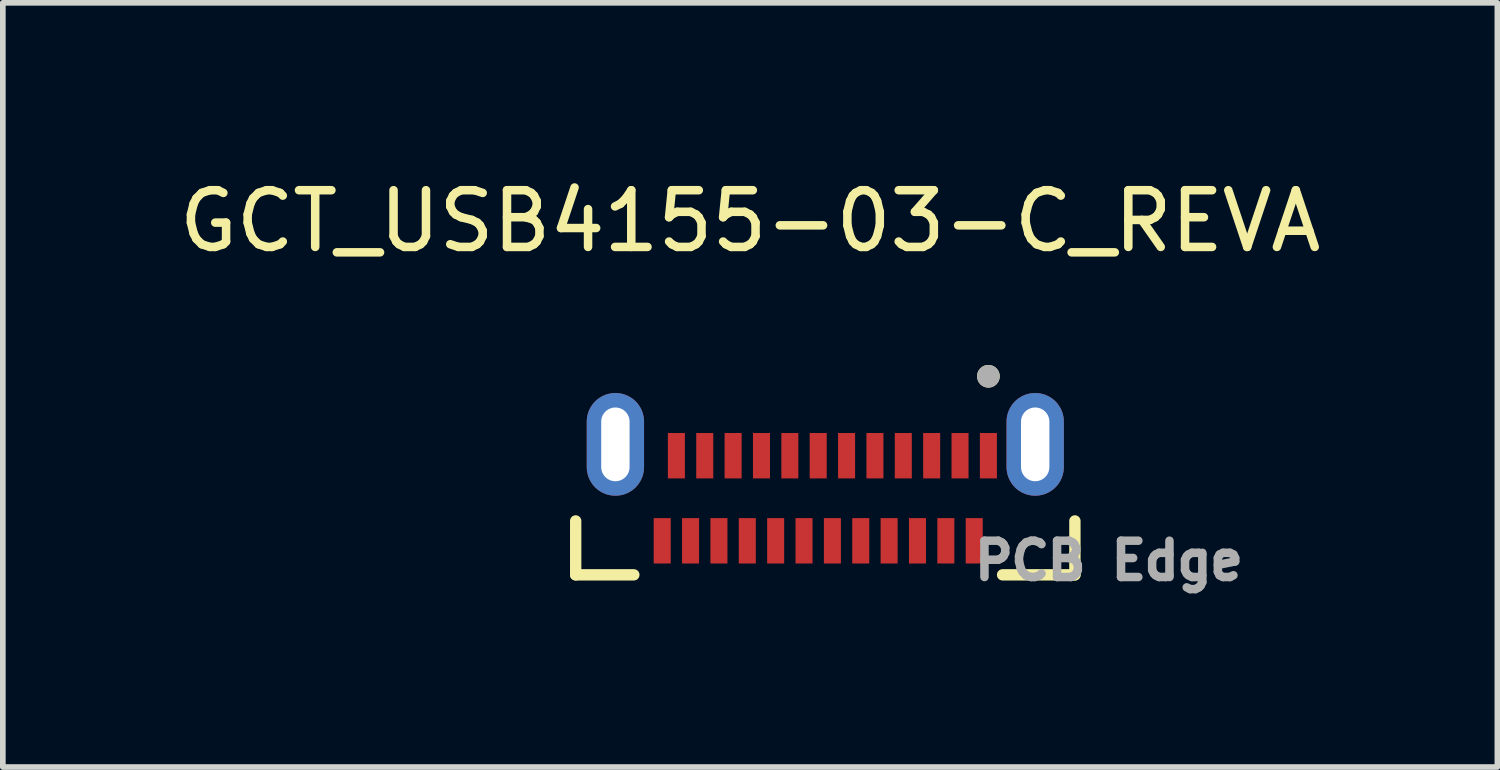
<source format=kicad_pcb>
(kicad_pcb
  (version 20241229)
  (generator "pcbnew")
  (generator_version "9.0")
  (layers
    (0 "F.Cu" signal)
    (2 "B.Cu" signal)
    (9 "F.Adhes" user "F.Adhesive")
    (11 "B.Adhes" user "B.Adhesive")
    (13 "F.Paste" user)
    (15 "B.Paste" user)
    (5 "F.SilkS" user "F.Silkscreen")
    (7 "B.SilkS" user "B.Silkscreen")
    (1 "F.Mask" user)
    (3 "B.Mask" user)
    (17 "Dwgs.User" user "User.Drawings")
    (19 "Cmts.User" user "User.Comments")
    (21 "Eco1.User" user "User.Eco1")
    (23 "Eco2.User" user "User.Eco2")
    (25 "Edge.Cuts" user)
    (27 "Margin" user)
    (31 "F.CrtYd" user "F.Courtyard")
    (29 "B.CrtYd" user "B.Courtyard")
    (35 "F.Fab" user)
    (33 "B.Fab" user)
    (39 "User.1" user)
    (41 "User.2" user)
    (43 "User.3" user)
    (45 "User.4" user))
  (footprint "GCT_USB4155-03-C_REVA"
    (layer "F.Cu")
    (at 11.498 5.733)
    (property "Reference" "GCT_USB4155-03-C_REVA" (at -1.325 -4.885 0) (layer "F.SilkS") (effects (font (size 1 1) (thickness 0.15))))
    (attr smd)
    (fp_poly (pts (xy -3.7 -1.95) (xy -3.731 -1.949) (xy -3.763 -1.947) (xy -3.794 -1.943) (xy -3.825 -1.937) (xy -3.855 -1.93) (xy -3.885 -1.921) (xy -3.915 -1.91) (xy -3.944 -1.898) (xy -3.972 -1.885) (xy -4 -1.87) (xy -4.027 -1.853) (xy -4.053 -1.835) (xy -4.078 -1.816) (xy -4.101 -1.796) (xy -4.124 -1.774) (xy -4.146 -1.751) (xy -4.166 -1.728) (xy -4.185 -1.703) (xy -4.203 -1.677) (xy -4.22 -1.65) (xy -4.235 -1.622) (xy -4.248 -1.594) (xy -4.26 -1.565) (xy -4.271 -1.535) (xy -4.28 -1.505) (xy -4.287 -1.475) (xy -4.293 -1.444) (xy -4.297 -1.413) (xy -4.299 -1.381) (xy -4.3 -1.35) (xy -4.3 -0.55) (xy -4.299 -0.519) (xy -4.297 -0.487) (xy -4.293 -0.456) (xy -4.287 -0.425) (xy -4.28 -0.395) (xy -4.271 -0.365) (xy -4.26 -0.335) (xy -4.248 -0.306) (xy -4.235 -0.278) (xy -4.22 -0.25) (xy -4.203 -0.223) (xy -4.185 -0.197) (xy -4.166 -0.172) (xy -4.146 -0.149) (xy -4.124 -0.126) (xy -4.101 -0.104) (xy -4.078 -0.084) (xy -4.053 -0.065) (xy -4.027 -0.047) (xy -4 -0.03) (xy -3.972 -0.015) (xy -3.944 -0.002) (xy -3.915 0.01) (xy -3.885 0.021) (xy -3.855 0.03) (xy -3.825 0.037) (xy -3.794 0.043) (xy -3.763 0.047) (xy -3.731 0.049) (xy -3.7 0.05) (xy -3.669 0.049) (xy -3.637 0.047) (xy -3.606 0.043) (xy -3.575 0.037) (xy -3.545 0.03) (xy -3.515 0.021) (xy -3.485 0.01) (xy -3.456 -0.002) (xy -3.428 -0.015) (xy -3.4 -0.03) (xy -3.373 -0.047) (xy -3.347 -0.065) (xy -3.322 -0.084) (xy -3.299 -0.104) (xy -3.276 -0.126) (xy -3.254 -0.149) (xy -3.234 -0.172) (xy -3.215 -0.197) (xy -3.197 -0.223) (xy -3.18 -0.25) (xy -3.165 -0.278) (xy -3.152 -0.306) (xy -3.14 -0.335) (xy -3.129 -0.365) (xy -3.12 -0.395) (xy -3.113 -0.425) (xy -3.107 -0.456) (xy -3.103 -0.487) (xy -3.101 -0.519) (xy -3.1 -0.55) (xy -3.1 -1.35) (xy -3.101 -1.381) (xy -3.103 -1.413) (xy -3.107 -1.444) (xy -3.113 -1.475) (xy -3.12 -1.505) (xy -3.129 -1.535) (xy -3.14 -1.565) (xy -3.152 -1.594) (xy -3.165 -1.622) (xy -3.18 -1.65) (xy -3.197 -1.677) (xy -3.215 -1.703) (xy -3.234 -1.728) (xy -3.254 -1.751) (xy -3.276 -1.774) (xy -3.299 -1.796) (xy -3.322 -1.816) (xy -3.347 -1.835) (xy -3.373 -1.853) (xy -3.4 -1.87) (xy -3.428 -1.885) (xy -3.456 -1.898) (xy -3.485 -1.91) (xy -3.515 -1.921) (xy -3.545 -1.93) (xy -3.575 -1.937) (xy -3.606 -1.943) (xy -3.637 -1.947) (xy -3.669 -1.949) (xy -3.7 -1.95)) (stroke (width 0.01) (type solid)) (fill yes) (layer "F.Mask"))
    (fp_poly (pts (xy 3.7 -1.95) (xy 3.669 -1.949) (xy 3.637 -1.947) (xy 3.606 -1.943) (xy 3.575 -1.937) (xy 3.545 -1.93) (xy 3.515 -1.921) (xy 3.485 -1.91) (xy 3.456 -1.898) (xy 3.428 -1.885) (xy 3.4 -1.87) (xy 3.373 -1.853) (xy 3.347 -1.835) (xy 3.322 -1.816) (xy 3.299 -1.796) (xy 3.276 -1.774) (xy 3.254 -1.751) (xy 3.234 -1.728) (xy 3.215 -1.703) (xy 3.197 -1.677) (xy 3.18 -1.65) (xy 3.165 -1.622) (xy 3.152 -1.594) (xy 3.14 -1.565) (xy 3.129 -1.535) (xy 3.12 -1.505) (xy 3.113 -1.475) (xy 3.107 -1.444) (xy 3.103 -1.413) (xy 3.101 -1.381) (xy 3.1 -1.35) (xy 3.1 -0.55) (xy 3.101 -0.519) (xy 3.103 -0.487) (xy 3.107 -0.456) (xy 3.113 -0.425) (xy 3.12 -0.395) (xy 3.129 -0.365) (xy 3.14 -0.335) (xy 3.152 -0.306) (xy 3.165 -0.278) (xy 3.18 -0.25) (xy 3.197 -0.223) (xy 3.215 -0.197) (xy 3.234 -0.172) (xy 3.254 -0.149) (xy 3.276 -0.126) (xy 3.299 -0.104) (xy 3.322 -0.084) (xy 3.347 -0.065) (xy 3.373 -0.047) (xy 3.4 -0.03) (xy 3.428 -0.015) (xy 3.456 -0.002) (xy 3.485 0.01) (xy 3.515 0.021) (xy 3.545 0.03) (xy 3.575 0.037) (xy 3.606 0.043) (xy 3.637 0.047) (xy 3.669 0.049) (xy 3.7 0.05) (xy 3.731 0.049) (xy 3.763 0.047) (xy 3.794 0.043) (xy 3.825 0.037) (xy 3.855 0.03) (xy 3.885 0.021) (xy 3.915 0.01) (xy 3.944 -0.002) (xy 3.972 -0.015) (xy 4 -0.03) (xy 4.027 -0.047) (xy 4.053 -0.065) (xy 4.078 -0.084) (xy 4.101 -0.104) (xy 4.124 -0.126) (xy 4.146 -0.149) (xy 4.166 -0.172) (xy 4.185 -0.197) (xy 4.203 -0.223) (xy 4.22 -0.25) (xy 4.235 -0.278) (xy 4.248 -0.306) (xy 4.26 -0.335) (xy 4.271 -0.365) (xy 4.28 -0.395) (xy 4.287 -0.425) (xy 4.293 -0.456) (xy 4.297 -0.487) (xy 4.299 -0.519) (xy 4.3 -0.55) (xy 4.3 -1.35) (xy 4.299 -1.381) (xy 4.297 -1.413) (xy 4.293 -1.444) (xy 4.287 -1.475) (xy 4.28 -1.505) (xy 4.271 -1.535) (xy 4.26 -1.565) (xy 4.248 -1.594) (xy 4.235 -1.622) (xy 4.22 -1.65) (xy 4.203 -1.677) (xy 4.185 -1.703) (xy 4.166 -1.728) (xy 4.146 -1.751) (xy 4.124 -1.774) (xy 4.101 -1.796) (xy 4.078 -1.816) (xy 4.053 -1.835) (xy 4.027 -1.853) (xy 4 -1.87) (xy 3.972 -1.885) (xy 3.944 -1.898) (xy 3.915 -1.91) (xy 3.885 -1.921) (xy 3.855 -1.93) (xy 3.825 -1.937) (xy 3.794 -1.943) (xy 3.763 -1.947) (xy 3.731 -1.949) (xy 3.7 -1.95)) (stroke (width 0.01) (type solid)) (fill yes) (layer "F.Mask"))
    (fp_poly (pts (xy -3.7 -1.95) (xy -3.731 -1.949) (xy -3.763 -1.947) (xy -3.794 -1.943) (xy -3.825 -1.937) (xy -3.855 -1.93) (xy -3.885 -1.921) (xy -3.915 -1.91) (xy -3.944 -1.898) (xy -3.972 -1.885) (xy -4 -1.87) (xy -4.027 -1.853) (xy -4.053 -1.835) (xy -4.078 -1.816) (xy -4.101 -1.796) (xy -4.124 -1.774) (xy -4.146 -1.751) (xy -4.166 -1.728) (xy -4.185 -1.703) (xy -4.203 -1.677) (xy -4.22 -1.65) (xy -4.235 -1.622) (xy -4.248 -1.594) (xy -4.26 -1.565) (xy -4.271 -1.535) (xy -4.28 -1.505) (xy -4.287 -1.475) (xy -4.293 -1.444) (xy -4.297 -1.413) (xy -4.299 -1.381) (xy -4.3 -1.35) (xy -4.3 -0.55) (xy -4.299 -0.519) (xy -4.297 -0.487) (xy -4.293 -0.456) (xy -4.287 -0.425) (xy -4.28 -0.395) (xy -4.271 -0.365) (xy -4.26 -0.335) (xy -4.248 -0.306) (xy -4.235 -0.278) (xy -4.22 -0.25) (xy -4.203 -0.223) (xy -4.185 -0.197) (xy -4.166 -0.172) (xy -4.146 -0.149) (xy -4.124 -0.126) (xy -4.101 -0.104) (xy -4.078 -0.084) (xy -4.053 -0.065) (xy -4.027 -0.047) (xy -4 -0.03) (xy -3.972 -0.015) (xy -3.944 -0.002) (xy -3.915 0.01) (xy -3.885 0.021) (xy -3.855 0.03) (xy -3.825 0.037) (xy -3.794 0.043) (xy -3.763 0.047) (xy -3.731 0.049) (xy -3.7 0.05) (xy -3.669 0.049) (xy -3.637 0.047) (xy -3.606 0.043) (xy -3.575 0.037) (xy -3.545 0.03) (xy -3.515 0.021) (xy -3.485 0.01) (xy -3.456 -0.002) (xy -3.428 -0.015) (xy -3.4 -0.03) (xy -3.373 -0.047) (xy -3.347 -0.065) (xy -3.322 -0.084) (xy -3.299 -0.104) (xy -3.276 -0.126) (xy -3.254 -0.149) (xy -3.234 -0.172) (xy -3.215 -0.197) (xy -3.197 -0.223) (xy -3.18 -0.25) (xy -3.165 -0.278) (xy -3.152 -0.306) (xy -3.14 -0.335) (xy -3.129 -0.365) (xy -3.12 -0.395) (xy -3.113 -0.425) (xy -3.107 -0.456) (xy -3.103 -0.487) (xy -3.101 -0.519) (xy -3.1 -0.55) (xy -3.1 -1.35) (xy -3.101 -1.381) (xy -3.103 -1.413) (xy -3.107 -1.444) (xy -3.113 -1.475) (xy -3.12 -1.505) (xy -3.129 -1.535) (xy -3.14 -1.565) (xy -3.152 -1.594) (xy -3.165 -1.622) (xy -3.18 -1.65) (xy -3.197 -1.677) (xy -3.215 -1.703) (xy -3.234 -1.728) (xy -3.254 -1.751) (xy -3.276 -1.774) (xy -3.299 -1.796) (xy -3.322 -1.816) (xy -3.347 -1.835) (xy -3.373 -1.853) (xy -3.4 -1.87) (xy -3.428 -1.885) (xy -3.456 -1.898) (xy -3.485 -1.91) (xy -3.515 -1.921) (xy -3.545 -1.93) (xy -3.575 -1.937) (xy -3.606 -1.943) (xy -3.637 -1.947) (xy -3.669 -1.949) (xy -3.7 -1.95)) (stroke (width 0.01) (type solid)) (fill yes) (layer "B.Mask"))
    (fp_poly (pts (xy 3.7 -1.95) (xy 3.669 -1.949) (xy 3.637 -1.947) (xy 3.606 -1.943) (xy 3.575 -1.937) (xy 3.545 -1.93) (xy 3.515 -1.921) (xy 3.485 -1.91) (xy 3.456 -1.898) (xy 3.428 -1.885) (xy 3.4 -1.87) (xy 3.373 -1.853) (xy 3.347 -1.835) (xy 3.322 -1.816) (xy 3.299 -1.796) (xy 3.276 -1.774) (xy 3.254 -1.751) (xy 3.234 -1.728) (xy 3.215 -1.703) (xy 3.197 -1.677) (xy 3.18 -1.65) (xy 3.165 -1.622) (xy 3.152 -1.594) (xy 3.14 -1.565) (xy 3.129 -1.535) (xy 3.12 -1.505) (xy 3.113 -1.475) (xy 3.107 -1.444) (xy 3.103 -1.413) (xy 3.101 -1.381) (xy 3.1 -1.35) (xy 3.1 -0.55) (xy 3.101 -0.519) (xy 3.103 -0.487) (xy 3.107 -0.456) (xy 3.113 -0.425) (xy 3.12 -0.395) (xy 3.129 -0.365) (xy 3.14 -0.335) (xy 3.152 -0.306) (xy 3.165 -0.278) (xy 3.18 -0.25) (xy 3.197 -0.223) (xy 3.215 -0.197) (xy 3.234 -0.172) (xy 3.254 -0.149) (xy 3.276 -0.126) (xy 3.299 -0.104) (xy 3.322 -0.084) (xy 3.347 -0.065) (xy 3.373 -0.047) (xy 3.4 -0.03) (xy 3.428 -0.015) (xy 3.456 -0.002) (xy 3.485 0.01) (xy 3.515 0.021) (xy 3.545 0.03) (xy 3.575 0.037) (xy 3.606 0.043) (xy 3.637 0.047) (xy 3.669 0.049) (xy 3.7 0.05) (xy 3.731 0.049) (xy 3.763 0.047) (xy 3.794 0.043) (xy 3.825 0.037) (xy 3.855 0.03) (xy 3.885 0.021) (xy 3.915 0.01) (xy 3.944 -0.002) (xy 3.972 -0.015) (xy 4 -0.03) (xy 4.027 -0.047) (xy 4.053 -0.065) (xy 4.078 -0.084) (xy 4.101 -0.104) (xy 4.124 -0.126) (xy 4.146 -0.149) (xy 4.166 -0.172) (xy 4.185 -0.197) (xy 4.203 -0.223) (xy 4.22 -0.25) (xy 4.235 -0.278) (xy 4.248 -0.306) (xy 4.26 -0.335) (xy 4.271 -0.365) (xy 4.28 -0.395) (xy 4.287 -0.425) (xy 4.293 -0.456) (xy 4.297 -0.487) (xy 4.299 -0.519) (xy 4.3 -0.55) (xy 4.3 -1.35) (xy 4.299 -1.381) (xy 4.297 -1.413) (xy 4.293 -1.444) (xy 4.287 -1.475) (xy 4.28 -1.505) (xy 4.271 -1.535) (xy 4.26 -1.565) (xy 4.248 -1.594) (xy 4.235 -1.622) (xy 4.22 -1.65) (xy 4.203 -1.677) (xy 4.185 -1.703) (xy 4.166 -1.728) (xy 4.146 -1.751) (xy 4.124 -1.774) (xy 4.101 -1.796) (xy 4.078 -1.816) (xy 4.053 -1.835) (xy 4.027 -1.853) (xy 4 -1.87) (xy 3.972 -1.885) (xy 3.944 -1.898) (xy 3.915 -1.91) (xy 3.885 -1.921) (xy 3.855 -1.93) (xy 3.825 -1.937) (xy 3.794 -1.943) (xy 3.763 -1.947) (xy 3.731 -1.949) (xy 3.7 -1.95)) (stroke (width 0.01) (type solid)) (fill yes) (layer "B.Mask"))
    (fp_line (start -4.4 1.35) (end -4.4 0.4) (stroke (width 0.2) (type solid)) (layer "F.SilkS"))
    (fp_line (start -4.4 1.35) (end -3.375 1.35) (stroke (width 0.2) (type solid)) (layer "F.SilkS"))
    (fp_line (start 3.125 1.35) (end 4.4 1.35) (stroke (width 0.2) (type solid)) (layer "F.SilkS"))
    (fp_line (start 4.4 1.35) (end 4.4 0.4) (stroke (width 0.2) (type solid)) (layer "F.SilkS"))
    (fp_circle (center 2.875 -2.15) (end 2.975 -2.15) (stroke (width 0.2) (type solid)) (fill no) (layer "F.SilkS"))
    (fp_circle (center 2.875 -2.15) (end 2.975 -2.15) (stroke (width 0.2) (type solid)) (fill no) (layer "F.Fab"))
    (fp_text user "PCB Edge" (at 5 1.1 0) (layer "F.Fab") (effects (font (size 0.64 0.64) (thickness 0.15))))
    (pad "A1" smd rect (at 2.875 -0.75) (size 0.3 0.8) (layers "F.Cu" "F.Mask" "F.Paste"))
    (pad "A2" smd rect (at 2.375 -0.75) (size 0.3 0.8) (layers "F.Cu" "F.Mask" "F.Paste"))
    (pad "A3" smd rect (at 1.875 -0.75) (size 0.3 0.8) (layers "F.Cu" "F.Mask" "F.Paste"))
    (pad "A4" smd rect (at 1.375 -0.75) (size 0.3 0.8) (layers "F.Cu" "F.Mask" "F.Paste"))
    (pad "A5" smd rect (at 0.875 -0.75) (size 0.3 0.8) (layers "F.Cu" "F.Mask" "F.Paste"))
    (pad "A6" smd rect (at 0.375 -0.75) (size 0.3 0.8) (layers "F.Cu" "F.Mask" "F.Paste"))
    (pad "A7" smd rect (at -0.125 -0.75) (size 0.3 0.8) (layers "F.Cu" "F.Mask" "F.Paste"))
    (pad "A8" smd rect (at -0.625 -0.75) (size 0.3 0.8) (layers "F.Cu" "F.Mask" "F.Paste"))
    (pad "A9" smd rect (at -1.125 -0.75) (size 0.3 0.8) (layers "F.Cu" "F.Mask" "F.Paste"))
    (pad "A10" smd rect (at -1.625 -0.75) (size 0.3 0.8) (layers "F.Cu" "F.Mask" "F.Paste"))
    (pad "A11" smd rect (at -2.125 -0.75) (size 0.3 0.8) (layers "F.Cu" "F.Mask" "F.Paste"))
    (pad "A12" smd rect (at -2.625 -0.75) (size 0.3 0.8) (layers "F.Cu" "F.Mask" "F.Paste"))
    (pad "B1" smd rect (at -2.875 0.75) (size 0.3 0.8) (layers "F.Cu" "F.Mask" "F.Paste"))
    (pad "B2" smd rect (at -2.375 0.75) (size 0.3 0.8) (layers "F.Cu" "F.Mask" "F.Paste"))
    (pad "B3" smd rect (at -1.875 0.75) (size 0.3 0.8) (layers "F.Cu" "F.Mask" "F.Paste"))
    (pad "B4" smd rect (at -1.375 0.75) (size 0.3 0.8) (layers "F.Cu" "F.Mask" "F.Paste"))
    (pad "B5" smd rect (at -0.875 0.75) (size 0.3 0.8) (layers "F.Cu" "F.Mask" "F.Paste"))
    (pad "B6" smd rect (at -0.375 0.75) (size 0.3 0.8) (layers "F.Cu" "F.Mask" "F.Paste"))
    (pad "B7" smd rect (at 0.125 0.75) (size 0.3 0.8) (layers "F.Cu" "F.Mask" "F.Paste"))
    (pad "B8" smd rect (at 0.625 0.75) (size 0.3 0.8) (layers "F.Cu" "F.Mask" "F.Paste"))
    (pad "B9" smd rect (at 1.125 0.75) (size 0.3 0.8) (layers "F.Cu" "F.Mask" "F.Paste"))
    (pad "B10" smd rect (at 1.625 0.75) (size 0.3 0.8) (layers "F.Cu" "F.Mask" "F.Paste"))
    (pad "B11" smd rect (at 2.125 0.75) (size 0.3 0.8) (layers "F.Cu" "F.Mask" "F.Paste"))
    (pad "B12" smd rect (at 2.625 0.75) (size 0.3 0.8) (layers "F.Cu" "F.Mask" "F.Paste"))
    (pad "S1" thru_hole custom (at -3.7 -0.95) (size 0.8 1.6) (drill oval 0.5 1.3) (layers "*.Cu") (options (anchor circle)) (primitives (gr_poly (pts (xy 0 -0.9) (xy -0.026 -0.899) (xy -0.052 -0.897) (xy -0.078 -0.894) (xy -0.104 -0.889) (xy -0.129 -0.883) (xy -0.155 -0.876) (xy -0.179 -0.867) (xy -0.203 -0.857) (xy -0.227 -0.846) (xy -0.25 -0.833) (xy -0.272 -0.819) (xy -0.294 -0.805) (xy -0.315 -0.789) (xy -0.335 -0.772) (xy -0.354 -0.754) (xy -0.372 -0.735) (xy -0.389 -0.715) (xy -0.405 -0.694) (xy -0.419 -0.672) (xy -0.433 -0.65) (xy -0.446 -0.627) (xy -0.457 -0.603) (xy -0.467 -0.579) (xy -0.476 -0.555) (xy -0.483 -0.529) (xy -0.489 -0.504) (xy -0.494 -0.478) (xy -0.497 -0.452) (xy -0.499 -0.426) (xy -0.5 -0.4) (xy -0.5 0.4) (xy -0.499 0.426) (xy -0.497 0.452) (xy -0.494 0.478) (xy -0.489 0.504) (xy -0.483 0.529) (xy -0.476 0.555) (xy -0.467 0.579) (xy -0.457 0.603) (xy -0.446 0.627) (xy -0.433 0.65) (xy -0.419 0.672) (xy -0.405 0.694) (xy -0.389 0.715) (xy -0.372 0.735) (xy -0.354 0.754) (xy -0.335 0.772) (xy -0.315 0.789) (xy -0.294 0.805) (xy -0.272 0.819) (xy -0.25 0.833) (xy -0.227 0.846) (xy -0.203 0.857) (xy -0.179 0.867) (xy -0.155 0.876) (xy -0.129 0.883) (xy -0.104 0.889) (xy -0.078 0.894) (xy -0.052 0.897) (xy -0.026 0.899) (xy 0 0.9) (xy 0.026 0.899) (xy 0.052 0.897) (xy 0.078 0.894) (xy 0.104 0.889) (xy 0.129 0.883) (xy 0.155 0.876) (xy 0.179 0.867) (xy 0.203 0.857) (xy 0.227 0.846) (xy 0.25 0.833) (xy 0.272 0.819) (xy 0.294 0.805) (xy 0.315 0.789) (xy 0.335 0.772) (xy 0.354 0.754) (xy 0.372 0.735) (xy 0.389 0.715) (xy 0.405 0.694) (xy 0.419 0.672) (xy 0.433 0.65) (xy 0.446 0.627) (xy 0.457 0.603) (xy 0.467 0.579) (xy 0.476 0.555) (xy 0.483 0.529) (xy 0.489 0.504) (xy 0.494 0.478) (xy 0.497 0.452) (xy 0.499 0.426) (xy 0.5 0.4) (xy 0.5 -0.4) (xy 0.499 -0.426) (xy 0.497 -0.452) (xy 0.494 -0.478) (xy 0.489 -0.504) (xy 0.483 -0.529) (xy 0.476 -0.555) (xy 0.467 -0.579) (xy 0.457 -0.603) (xy 0.446 -0.627) (xy 0.433 -0.65) (xy 0.419 -0.672) (xy 0.405 -0.694) (xy 0.389 -0.715) (xy 0.372 -0.735) (xy 0.354 -0.754) (xy 0.335 -0.772) (xy 0.315 -0.789) (xy 0.294 -0.805) (xy 0.272 -0.819) (xy 0.25 -0.833) (xy 0.227 -0.846) (xy 0.203 -0.857) (xy 0.179 -0.867) (xy 0.155 -0.876) (xy 0.129 -0.883) (xy 0.104 -0.889) (xy 0.078 -0.894) (xy 0.052 -0.897) (xy 0.026 -0.899) (xy 0 -0.9)) (width 0.01) (fill yes))))
    (pad "S2" thru_hole custom (at 3.7 -0.95) (size 0.8 1.6) (drill oval 0.5 1.3) (layers "*.Cu") (options (anchor circle)) (primitives (gr_poly (pts (xy 0 -0.9) (xy -0.026 -0.899) (xy -0.052 -0.897) (xy -0.078 -0.894) (xy -0.104 -0.889) (xy -0.129 -0.883) (xy -0.155 -0.876) (xy -0.179 -0.867) (xy -0.203 -0.857) (xy -0.227 -0.846) (xy -0.25 -0.833) (xy -0.272 -0.819) (xy -0.294 -0.805) (xy -0.315 -0.789) (xy -0.335 -0.772) (xy -0.354 -0.754) (xy -0.372 -0.735) (xy -0.389 -0.715) (xy -0.405 -0.694) (xy -0.419 -0.672) (xy -0.433 -0.65) (xy -0.446 -0.627) (xy -0.457 -0.603) (xy -0.467 -0.579) (xy -0.476 -0.555) (xy -0.483 -0.529) (xy -0.489 -0.504) (xy -0.494 -0.478) (xy -0.497 -0.452) (xy -0.499 -0.426) (xy -0.5 -0.4) (xy -0.5 0.4) (xy -0.499 0.426) (xy -0.497 0.452) (xy -0.494 0.478) (xy -0.489 0.504) (xy -0.483 0.529) (xy -0.476 0.555) (xy -0.467 0.579) (xy -0.457 0.603) (xy -0.446 0.627) (xy -0.433 0.65) (xy -0.419 0.672) (xy -0.405 0.694) (xy -0.389 0.715) (xy -0.372 0.735) (xy -0.354 0.754) (xy -0.335 0.772) (xy -0.315 0.789) (xy -0.294 0.805) (xy -0.272 0.819) (xy -0.25 0.833) (xy -0.227 0.846) (xy -0.203 0.857) (xy -0.179 0.867) (xy -0.155 0.876) (xy -0.129 0.883) (xy -0.104 0.889) (xy -0.078 0.894) (xy -0.052 0.897) (xy -0.026 0.899) (xy 0 0.9) (xy 0.026 0.899) (xy 0.052 0.897) (xy 0.078 0.894) (xy 0.104 0.889) (xy 0.129 0.883) (xy 0.155 0.876) (xy 0.179 0.867) (xy 0.203 0.857) (xy 0.227 0.846) (xy 0.25 0.833) (xy 0.272 0.819) (xy 0.294 0.805) (xy 0.315 0.789) (xy 0.335 0.772) (xy 0.354 0.754) (xy 0.372 0.735) (xy 0.389 0.715) (xy 0.405 0.694) (xy 0.419 0.672) (xy 0.433 0.65) (xy 0.446 0.627) (xy 0.457 0.603) (xy 0.467 0.579) (xy 0.476 0.555) (xy 0.483 0.529) (xy 0.489 0.504) (xy 0.494 0.478) (xy 0.497 0.452) (xy 0.499 0.426) (xy 0.5 0.4) (xy 0.5 -0.4) (xy 0.499 -0.426) (xy 0.497 -0.452) (xy 0.494 -0.478) (xy 0.489 -0.504) (xy 0.483 -0.529) (xy 0.476 -0.555) (xy 0.467 -0.579) (xy 0.457 -0.603) (xy 0.446 -0.627) (xy 0.433 -0.65) (xy 0.419 -0.672) (xy 0.405 -0.694) (xy 0.389 -0.715) (xy 0.372 -0.735) (xy 0.354 -0.754) (xy 0.335 -0.772) (xy 0.315 -0.789) (xy 0.294 -0.805) (xy 0.272 -0.819) (xy 0.25 -0.833) (xy 0.227 -0.846) (xy 0.203 -0.857) (xy 0.179 -0.867) (xy 0.155 -0.876) (xy 0.129 -0.883) (xy 0.104 -0.889) (xy 0.078 -0.894) (xy 0.052 -0.897) (xy 0.026 -0.899) (xy 0 -0.9)) (width 0.01) (fill yes)))))
  (gr_rect
    (start -3 -3)
    (end 23.345 10.471)
    (stroke (width 0.1) (type default))
    (fill no)
    (layer "Edge.Cuts")))
</source>
